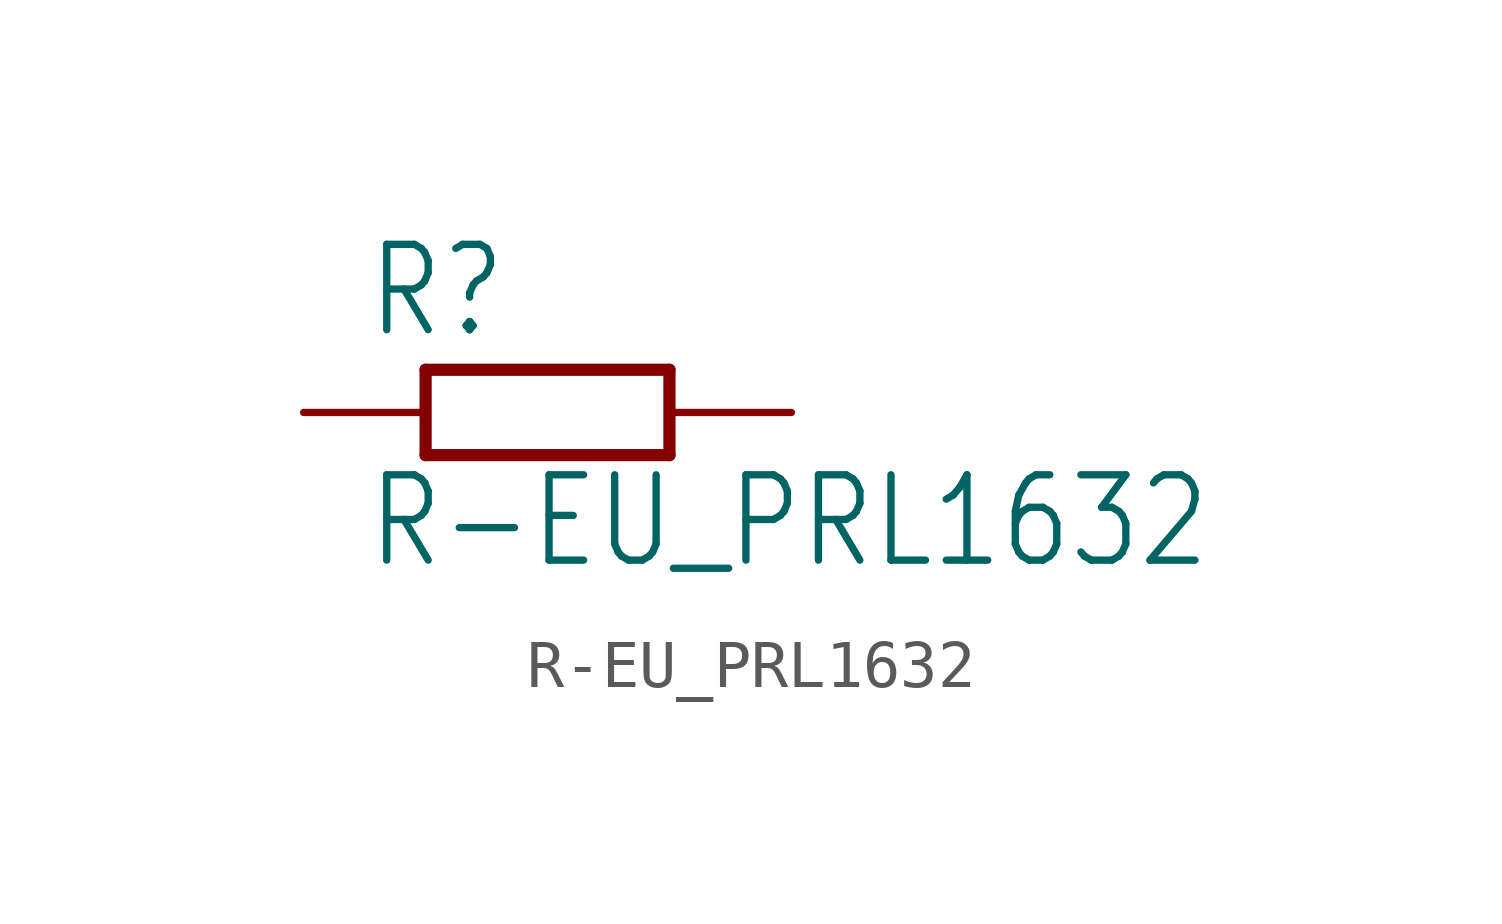
<source format=kicad_sym>
(kicad_symbol_lib
  (version 20231120)
  (generator "kicad_symbol_editor")
  (generator_version "8.0")
  (symbol "R-EU_PRL1632"
    (property "Reference" "R"
      (at -3.81 1.499 0)
      (effects (font (size 1.778 1.511)) (justify left bottom)))
    (property "Value" "R-EU_PRL1632"
      (at -3.81 -3.302 0)
      (effects (font (size 1.778 1.511)) (justify left bottom)))
    (property "ki_locked" ""
      (at 0 0 0)
      (effects (font (size 1.27 1.27))))
    (symbol "R-EU_PRL1632_1_0"
      (polyline (pts (xy -2.54 -0.889) (xy -2.54 0.889)) (stroke (width 0.254) (type default)) (fill (type none)))
      (polyline (pts (xy -2.54 -0.889) (xy 2.54 -0.889)) (stroke (width 0.254) (type default)) (fill (type none)))
      (polyline (pts (xy 2.54 -0.889) (xy 2.54 0.889)) (stroke (width 0.254) (type default)) (fill (type none)))
      (polyline (pts (xy 2.54 0.889) (xy -2.54 0.889)) (stroke (width 0.254) (type default)) (fill (type none)))
      (pin passive line (at -5.08 0 0) (length 2.54) (name "1" (effects (font (size 0 0)))) (number "1" (effects (font (size 0 0)))))
      (pin passive line (at 5.08 0 180) (length 2.54) (name "2" (effects (font (size 0 0)))) (number "2" (effects (font (size 0 0))))))))
</source>
